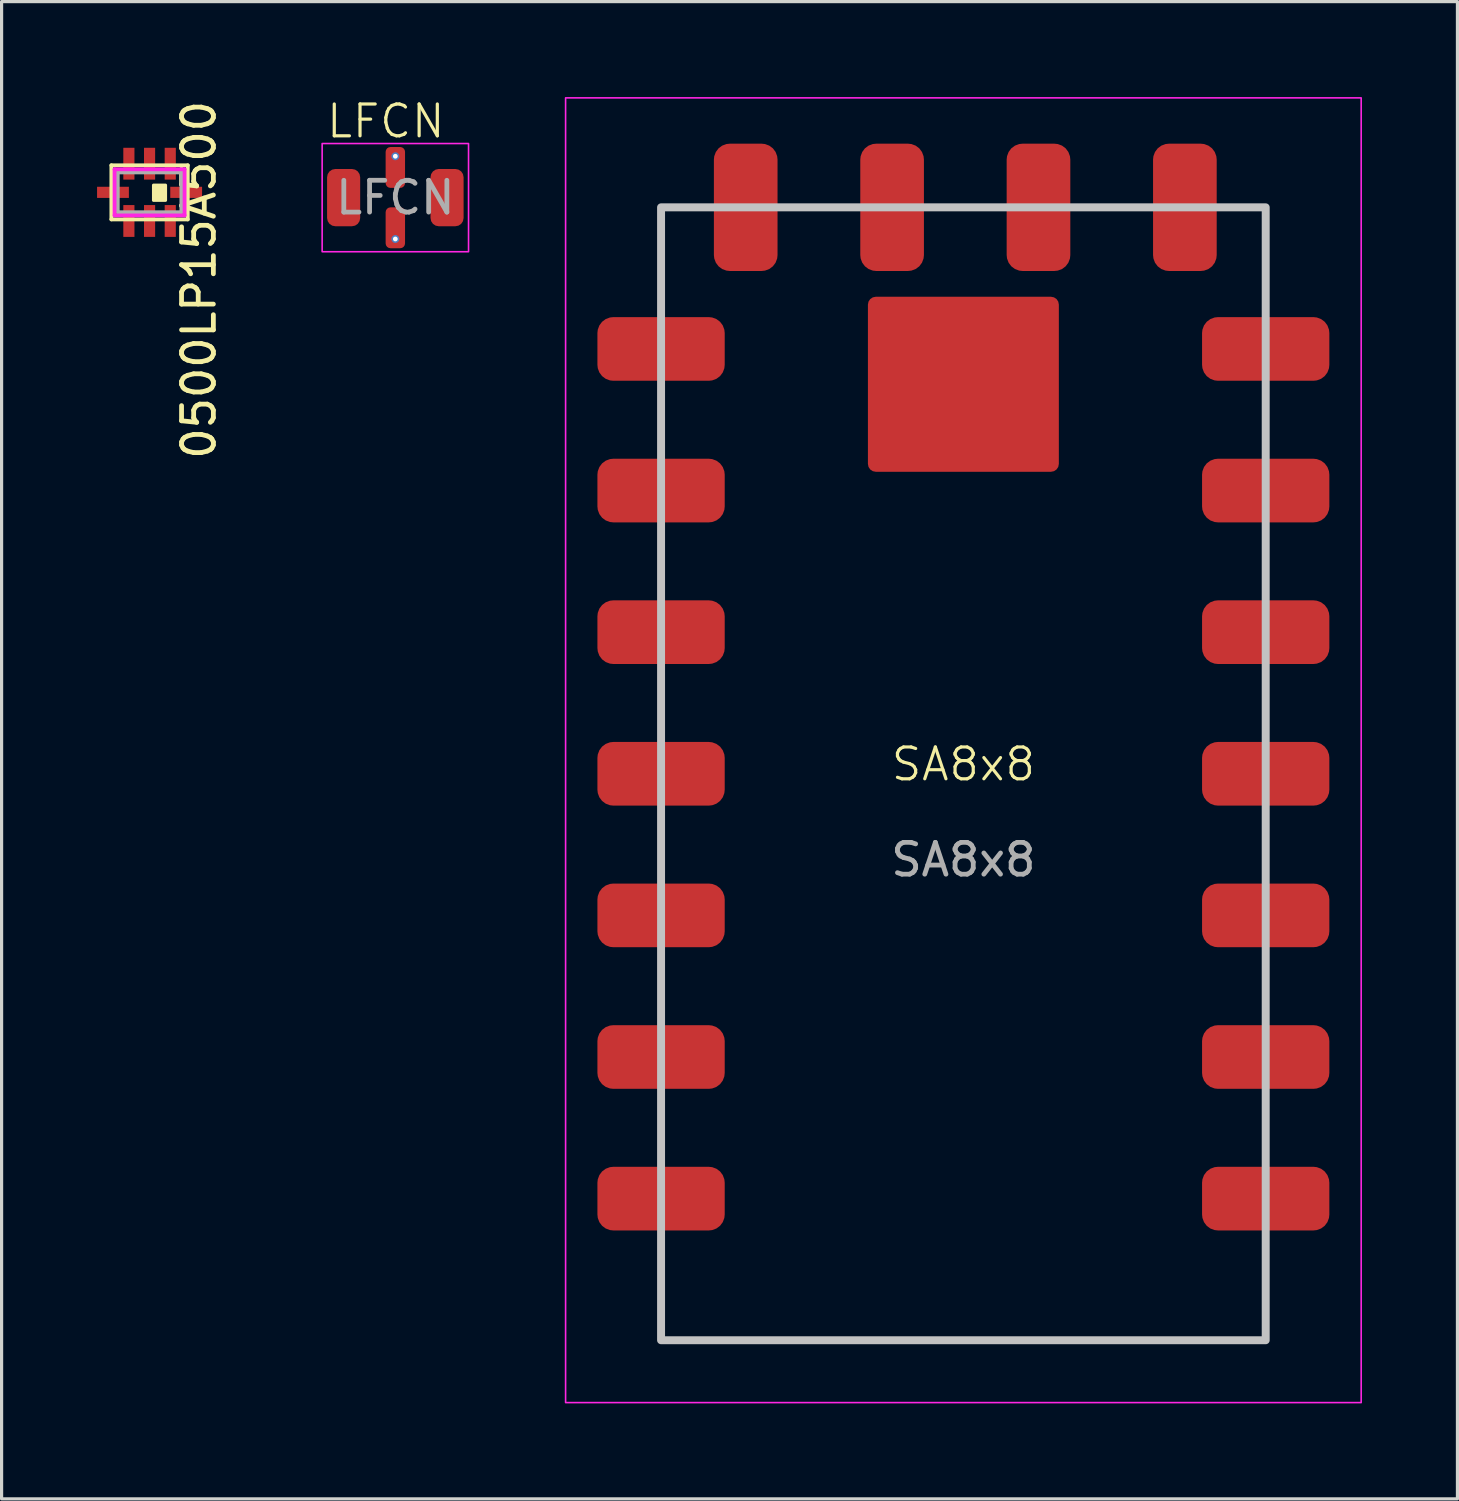
<source format=kicad_pcb>
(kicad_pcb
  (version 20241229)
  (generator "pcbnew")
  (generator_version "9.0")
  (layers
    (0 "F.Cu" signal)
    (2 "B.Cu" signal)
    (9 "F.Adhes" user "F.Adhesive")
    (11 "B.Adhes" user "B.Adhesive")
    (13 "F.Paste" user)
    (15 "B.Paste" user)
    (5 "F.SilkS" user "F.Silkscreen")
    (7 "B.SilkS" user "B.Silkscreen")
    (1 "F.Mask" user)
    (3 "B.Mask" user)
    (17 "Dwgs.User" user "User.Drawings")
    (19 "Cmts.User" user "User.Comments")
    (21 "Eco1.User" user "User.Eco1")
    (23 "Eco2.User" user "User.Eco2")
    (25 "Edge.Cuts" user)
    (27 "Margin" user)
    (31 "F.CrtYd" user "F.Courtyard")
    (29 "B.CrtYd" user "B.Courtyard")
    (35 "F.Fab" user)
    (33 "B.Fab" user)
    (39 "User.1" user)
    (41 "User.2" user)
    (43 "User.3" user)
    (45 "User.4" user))
  (footprint "LFCN"
    (layer "F.Cu")
    (at 9.373 3.16)
    (property "Reference" "LFCN" (at -0.3 -2.4 0) (unlocked yes) (layer "F.SilkS") (effects (font (size 1 1) (thickness 0.1))))
    (attr smd)
    (fp_rect (start -2.3 -1.7) (end 2.3 1.7) (stroke (width 0.05) (type default)) (fill no) (layer "F.CrtYd"))
    (fp_text user "${REFERENCE}" (at 0 0 0) (unlocked yes) (layer "F.Fab") (effects (font (size 1 1) (thickness 0.15))))
    (pad "1" smd roundrect (at -1.625 0) (size 1.04 1.8) (layers "F.Cu" "F.Mask" "F.Paste") (roundrect_rratio 0.25))
    (pad "2" smd roundrect (at 1.625 0) (size 1.04 1.8) (layers "F.Cu" "F.Mask" "F.Paste") (roundrect_rratio 0.25))
    (pad "3" smd roundrect (at 0 -0.948) (size 0.61 1.285) (layers "F.Cu" "F.Mask" "F.Paste") (roundrect_rratio 0.25))
    (pad "4" smd roundrect (at 0 0.948) (size 0.61 1.285) (layers "F.Cu" "F.Mask" "F.Paste") (roundrect_rratio 0.25))
    (pad "5" thru_hole circle (at 0 -1.3) (size 0.25 0.25) (drill 0.15) (layers "*.Cu" "*.Mask"))
    (pad "6" thru_hole circle (at 0 1.3) (size 0.25 0.25) (drill 0.15) (layers "*.Cu" "*.Mask")))
  (footprint "0500LP15A500"
    (layer "F.Cu")
    (at 1.65 2.994)
    (property "Reference" "0500LP15A500" (at 1.55 2.75 90) (layer "F.SilkS") (effects (font (size 1 1) (thickness 0.15))))
    (attr smd)
    (fp_line (start -1.2 -0.85) (end 1.2 -0.85) (stroke (width 0.12) (type solid)) (layer "F.SilkS"))
    (fp_line (start -1.2 0.85) (end -1.2 -0.85) (stroke (width 0.12) (type solid)) (layer "F.SilkS"))
    (fp_line (start 1.2 -0.85) (end 1.2 0.85) (stroke (width 0.12) (type solid)) (layer "F.SilkS"))
    (fp_line (start 1.2 0.85) (end -1.2 0.85) (stroke (width 0.12) (type solid)) (layer "F.SilkS"))
    (fp_poly (pts (xy 0.5 0.25) (xy 0.125 0.25) (xy 0.125 -0.225) (xy 0.5 -0.225)) (stroke (width 0.1) (type solid)) (fill yes) (layer "F.SilkS"))
    (fp_line (start -1.1 -0.725) (end 1.1 -0.725) (stroke (width 0.12) (type solid)) (layer "F.CrtYd"))
    (fp_line (start -1.1 0.725) (end -1.1 -0.725) (stroke (width 0.12) (type solid)) (layer "F.CrtYd"))
    (fp_line (start 1.1 -0.725) (end 1.1 0.725) (stroke (width 0.12) (type solid)) (layer "F.CrtYd"))
    (fp_line (start 1.1 0.725) (end -1.1 0.725) (stroke (width 0.12) (type solid)) (layer "F.CrtYd"))
    (fp_line (start -1 -0.625) (end -1 0.625) (stroke (width 0.12) (type solid)) (layer "F.Fab"))
    (fp_line (start -1 0.625) (end 1 0.625) (stroke (width 0.12) (type solid)) (layer "F.Fab"))
    (fp_line (start 1 -0.625) (end -1 -0.625) (stroke (width 0.12) (type solid)) (layer "F.Fab"))
    (fp_line (start 1 0.625) (end 1 -0.625) (stroke (width 0.12) (type solid)) (layer "F.Fab"))
    (pad "1" smd rect (at 0.65 -0.9) (size 0.35 1) (layers "F.Cu" "F.Mask" "F.Paste"))
    (pad "2" smd rect (at 0 -0.9) (size 0.35 1) (layers "F.Cu" "F.Mask" "F.Paste"))
    (pad "3" smd rect (at -0.65 -0.9) (size 0.35 1) (layers "F.Cu" "F.Mask" "F.Paste"))
    (pad "4" smd rect (at -1.15 0 90) (size 0.35 1) (layers "F.Cu" "F.Mask" "F.Paste"))
    (pad "5" smd rect (at -0.65 0.9) (size 0.35 1) (layers "F.Cu" "F.Mask" "F.Paste"))
    (pad "6" smd rect (at 0 0.9) (size 0.35 1) (layers "F.Cu" "F.Mask" "F.Paste"))
    (pad "7" smd rect (at 0.65 0.9) (size 0.35 1) (layers "F.Cu" "F.Mask" "F.Paste"))
    (pad "8" smd rect (at 1.15 0 90) (size 0.35 1) (layers "F.Cu" "F.Mask" "F.Paste")))
  (footprint "SA8x8"
    (layer "F.Cu")
    (at 27.223 21.465)
    (property "Reference" "SA8x8" (at 0 -0.5 0) (unlocked yes) (layer "F.SilkS") (effects (font (size 1 1) (thickness 0.1))))
    (attr smd)
    (fp_rect (start -9.5 -18) (end 9.5 17.6) (stroke (width 0.25) (type default)) (fill no) (layer "Dwgs.User"))
    (fp_rect (start -12.5 -21.44) (end 12.5 19.56) (stroke (width 0.05) (type default)) (fill no) (layer "F.CrtYd"))
    (fp_text user "${REFERENCE}" (at 0 2.5 0) (unlocked yes) (layer "F.Fab") (effects (font (size 1 1) (thickness 0.15))))
    (pad "1" smd roundrect (at -9.5 13.15 270) (size 2 4) (layers "F.Cu" "F.Mask" "F.Paste") (roundrect_rratio 0.25))
    (pad "2" smd roundrect (at -9.5 8.7 270) (size 2 4) (layers "F.Cu" "F.Mask" "F.Paste") (roundrect_rratio 0.25))
    (pad "3" smd roundrect (at -9.5 4.25 270) (size 2 4) (layers "F.Cu" "F.Mask" "F.Paste") (roundrect_rratio 0.25))
    (pad "4" smd roundrect (at -9.5 -0.2 270) (size 2 4) (layers "F.Cu" "F.Mask" "F.Paste") (roundrect_rratio 0.25))
    (pad "5" smd roundrect (at -9.5 -4.65 270) (size 2 4) (layers "F.Cu" "F.Mask" "F.Paste") (roundrect_rratio 0.25))
    (pad "6" smd roundrect (at -9.5 -9.1 270) (size 2 4) (layers "F.Cu" "F.Mask" "F.Paste") (roundrect_rratio 0.25))
    (pad "7" smd roundrect (at -9.5 -13.55 270) (size 2 4) (layers "F.Cu" "F.Mask" "F.Paste") (roundrect_rratio 0.25))
    (pad "8" smd roundrect (at -6.84 -18 270) (size 4 2) (layers "F.Cu" "F.Mask" "F.Paste") (roundrect_rratio 0.25))
    (pad "9" smd roundrect (at -2.24 -18 270) (size 4 2) (layers "F.Cu" "F.Mask" "F.Paste") (roundrect_rratio 0.25))
    (pad "10" smd roundrect (at 2.36 -18 270) (size 4 2) (layers "F.Cu" "F.Mask" "F.Paste") (roundrect_rratio 0.25))
    (pad "11" smd roundrect (at 6.96 -18 270) (size 4 2) (layers "F.Cu" "F.Mask" "F.Paste") (roundrect_rratio 0.25))
    (pad "12" smd roundrect (at 9.5 -13.55 270) (size 2 4) (layers "F.Cu" "F.Mask" "F.Paste") (roundrect_rratio 0.25))
    (pad "13" smd roundrect (at 9.5 -9.1 270) (size 2 4) (layers "F.Cu" "F.Mask" "F.Paste") (roundrect_rratio 0.25))
    (pad "14" smd roundrect (at 9.5 -4.65 270) (size 2 4) (layers "F.Cu" "F.Mask" "F.Paste") (roundrect_rratio 0.25))
    (pad "15" smd roundrect (at 9.5 -0.2 270) (size 2 4) (layers "F.Cu" "F.Mask" "F.Paste") (roundrect_rratio 0.25))
    (pad "16" smd roundrect (at 9.5 4.25 270) (size 2 4) (layers "F.Cu" "F.Mask" "F.Paste") (roundrect_rratio 0.25))
    (pad "17" smd roundrect (at 9.5 8.7 270) (size 2 4) (layers "F.Cu" "F.Mask" "F.Paste") (roundrect_rratio 0.25))
    (pad "18" smd roundrect (at 9.5 13.15 270) (size 2 4) (layers "F.Cu" "F.Mask" "F.Paste") (roundrect_rratio 0.25))
    (pad "PAD" smd roundrect (at 0 -12.44) (size 6 5.5) (layers "F.Cu" "F.Mask" "F.Paste") (roundrect_rratio 0.045)))
  (gr_rect
    (start -3 -3)
    (end 42.748 44.05)
    (stroke (width 0.1) (type default))
    (fill no)
    (layer "Edge.Cuts")))
</source>
